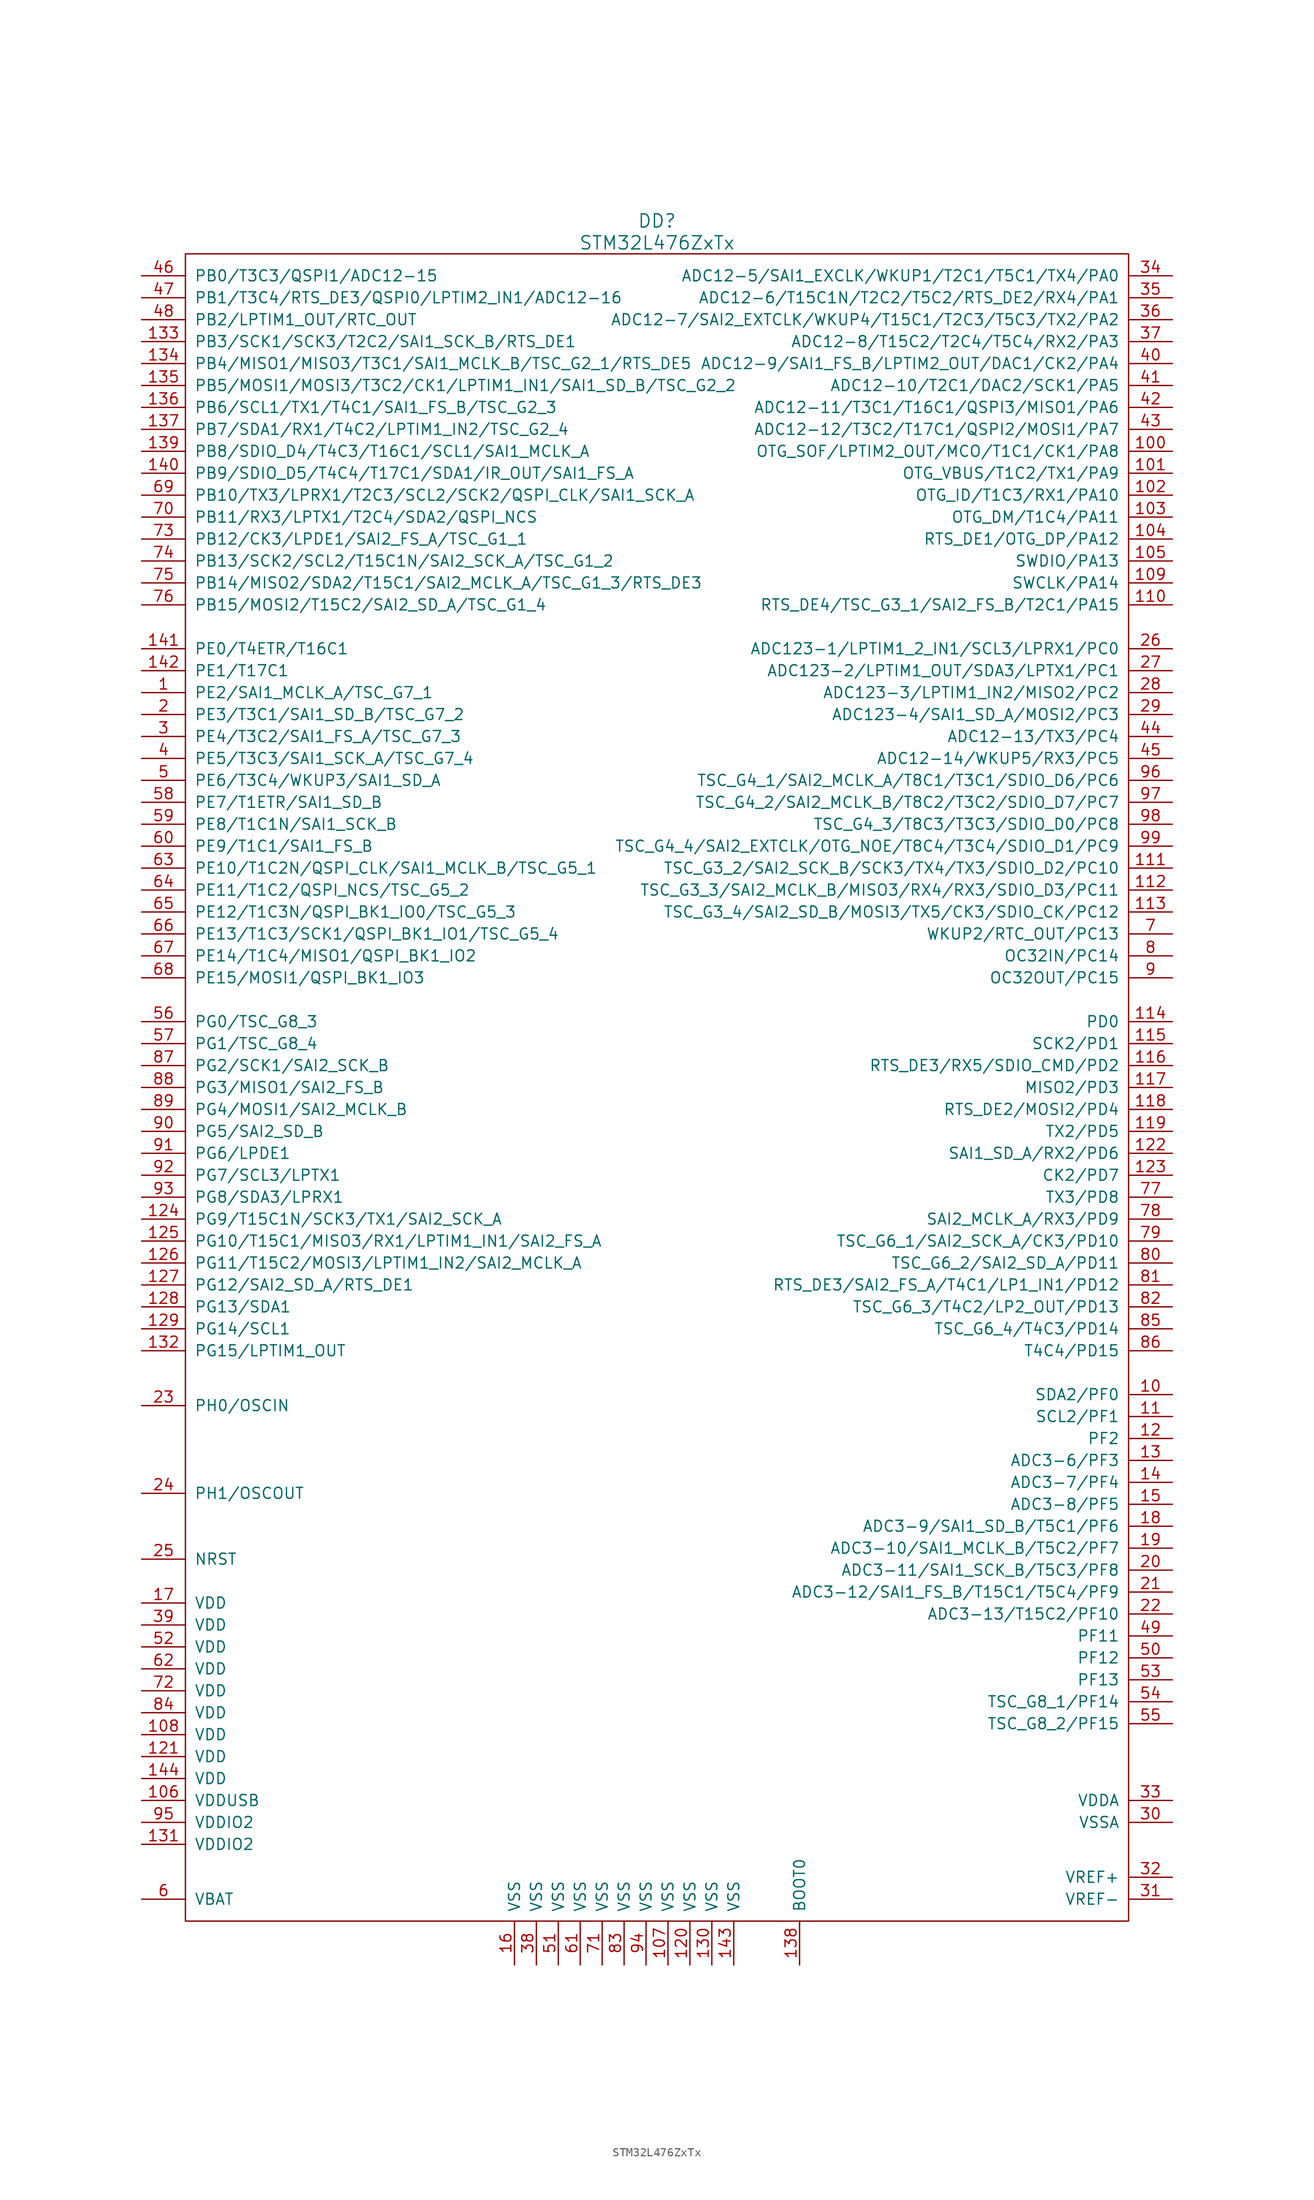
<source format=kicad_sym>
(kicad_symbol_lib
  (version 20220914)
  (generator kicad_symbol_editor)
  (symbol "STM32L476ZxTx"
    (pin_names
      (offset 1.016))
    (property "Reference" "DD"
      (at 0 100.33 0)
      (effects (font (size 1.524 1.524))))
    (property "Value" "STM32L476ZxTx"
      (at 0 97.79 0)
      (effects (font (size 1.524 1.524))))
    (property "Datasheet" ""
      (at -2.54 35.56 0)
      (effects (font (size 1.524 1.524))))
    (symbol "STM32L476ZxTx_0_1"
      (rectangle (start -54.61 96.52) (end 54.61 -96.52) (stroke (width 0) (type solid)) (fill (type none))))
    (symbol "STM32L476ZxTx_1_1"
      (pin passive line (at -59.69 45.72 0) (length 5.08) (name "PE2/SAI1_MCLK_A/TSC_G7_1" (effects (font (size 1.27 1.27)))) (number "1" (effects (font (size 1.27 1.27)))))
      (pin passive line (at 59.69 -35.56 180) (length 5.08) (name "SDA2/PF0" (effects (font (size 1.27 1.27)))) (number "10" (effects (font (size 1.27 1.27)))))
      (pin passive line (at 59.69 73.66 180) (length 5.08) (name "OTG_SOF/LPTIM2_OUT/MCO/T1C1/CK1/PA8" (effects (font (size 1.27 1.27)))) (number "100" (effects (font (size 1.27 1.27)))))
      (pin passive line (at 59.69 71.12 180) (length 5.08) (name "OTG_VBUS/T1C2/TX1/PA9" (effects (font (size 1.27 1.27)))) (number "101" (effects (font (size 1.27 1.27)))))
      (pin passive line (at 59.69 68.58 180) (length 5.08) (name "OTG_ID/T1C3/RX1/PA10" (effects (font (size 1.27 1.27)))) (number "102" (effects (font (size 1.27 1.27)))))
      (pin passive line (at 59.69 66.04 180) (length 5.08) (name "OTG_DM/T1C4/PA11" (effects (font (size 1.27 1.27)))) (number "103" (effects (font (size 1.27 1.27)))))
      (pin passive line (at 59.69 63.5 180) (length 5.08) (name "RTS_DE1/OTG_DP/PA12" (effects (font (size 1.27 1.27)))) (number "104" (effects (font (size 1.27 1.27)))))
      (pin passive line (at 59.69 60.96 180) (length 5.08) (name "SWDIO/PA13" (effects (font (size 1.27 1.27)))) (number "105" (effects (font (size 1.27 1.27)))))
      (pin power_in line (at -59.69 -82.55 0) (length 5.08) (name "VDDUSB" (effects (font (size 1.27 1.27)))) (number "106" (effects (font (size 1.27 1.27)))))
      (pin power_in line (at 1.27 -101.6 90) (length 5.08) (name "VSS" (effects (font (size 1.27 1.27)))) (number "107" (effects (font (size 1.27 1.27)))))
      (pin power_in line (at -59.69 -74.93 0) (length 5.08) (name "VDD" (effects (font (size 1.27 1.27)))) (number "108" (effects (font (size 1.27 1.27)))))
      (pin passive line (at 59.69 58.42 180) (length 5.08) (name "SWCLK/PA14" (effects (font (size 1.27 1.27)))) (number "109" (effects (font (size 1.27 1.27)))))
      (pin passive line (at 59.69 -38.1 180) (length 5.08) (name "SCL2/PF1" (effects (font (size 1.27 1.27)))) (number "11" (effects (font (size 1.27 1.27)))))
      (pin passive line (at 59.69 55.88 180) (length 5.08) (name "RTS_DE4/TSC_G3_1/SAI2_FS_B/T2C1/PA15" (effects (font (size 1.27 1.27)))) (number "110" (effects (font (size 1.27 1.27)))))
      (pin passive line (at 59.69 25.4 180) (length 5.08) (name "TSC_G3_2/SAI2_SCK_B/SCK3/TX4/TX3/SDIO_D2/PC10" (effects (font (size 1.27 1.27)))) (number "111" (effects (font (size 1.27 1.27)))))
      (pin passive line (at 59.69 22.86 180) (length 5.08) (name "TSC_G3_3/SAI2_MCLK_B/MISO3/RX4/RX3/SDIO_D3/PC11" (effects (font (size 1.27 1.27)))) (number "112" (effects (font (size 1.27 1.27)))))
      (pin passive line (at 59.69 20.32 180) (length 5.08) (name "TSC_G3_4/SAI2_SD_B/MOSI3/TX5/CK3/SDIO_CK/PC12" (effects (font (size 1.27 1.27)))) (number "113" (effects (font (size 1.27 1.27)))))
      (pin passive line (at 59.69 7.62 180) (length 5.08) (name "PD0" (effects (font (size 1.27 1.27)))) (number "114" (effects (font (size 1.27 1.27)))))
      (pin passive line (at 59.69 5.08 180) (length 5.08) (name "SCK2/PD1" (effects (font (size 1.27 1.27)))) (number "115" (effects (font (size 1.27 1.27)))))
      (pin passive line (at 59.69 2.54 180) (length 5.08) (name "RTS_DE3/RX5/SDIO_CMD/PD2" (effects (font (size 1.27 1.27)))) (number "116" (effects (font (size 1.27 1.27)))))
      (pin passive line (at 59.69 0 180) (length 5.08) (name "MISO2/PD3" (effects (font (size 1.27 1.27)))) (number "117" (effects (font (size 1.27 1.27)))))
      (pin passive line (at 59.69 -2.54 180) (length 5.08) (name "RTS_DE2/MOSI2/PD4" (effects (font (size 1.27 1.27)))) (number "118" (effects (font (size 1.27 1.27)))))
      (pin passive line (at 59.69 -5.08 180) (length 5.08) (name "TX2/PD5" (effects (font (size 1.27 1.27)))) (number "119" (effects (font (size 1.27 1.27)))))
      (pin passive line (at 59.69 -40.64 180) (length 5.08) (name "PF2" (effects (font (size 1.27 1.27)))) (number "12" (effects (font (size 1.27 1.27)))))
      (pin power_in line (at 3.81 -101.6 90) (length 5.08) (name "VSS" (effects (font (size 1.27 1.27)))) (number "120" (effects (font (size 1.27 1.27)))))
      (pin power_in line (at -59.69 -77.47 0) (length 5.08) (name "VDD" (effects (font (size 1.27 1.27)))) (number "121" (effects (font (size 1.27 1.27)))))
      (pin passive line (at 59.69 -7.62 180) (length 5.08) (name "SAI1_SD_A/RX2/PD6" (effects (font (size 1.27 1.27)))) (number "122" (effects (font (size 1.27 1.27)))))
      (pin passive line (at 59.69 -10.16 180) (length 5.08) (name "CK2/PD7" (effects (font (size 1.27 1.27)))) (number "123" (effects (font (size 1.27 1.27)))))
      (pin passive line (at -59.69 -15.24 0) (length 5.08) (name "PG9/T15C1N/SCK3/TX1/SAI2_SCK_A" (effects (font (size 1.27 1.27)))) (number "124" (effects (font (size 1.27 1.27)))))
      (pin passive line (at -59.69 -17.78 0) (length 5.08) (name "PG10/T15C1/MISO3/RX1/LPTIM1_IN1/SAI2_FS_A" (effects (font (size 1.27 1.27)))) (number "125" (effects (font (size 1.27 1.27)))))
      (pin passive line (at -59.69 -20.32 0) (length 5.08) (name "PG11/T15C2/MOSI3/LPTIM1_IN2/SAI2_MCLK_A" (effects (font (size 1.27 1.27)))) (number "126" (effects (font (size 1.27 1.27)))))
      (pin passive line (at -59.69 -22.86 0) (length 5.08) (name "PG12/SAI2_SD_A/RTS_DE1" (effects (font (size 1.27 1.27)))) (number "127" (effects (font (size 1.27 1.27)))))
      (pin passive line (at -59.69 -25.4 0) (length 5.08) (name "PG13/SDA1" (effects (font (size 1.27 1.27)))) (number "128" (effects (font (size 1.27 1.27)))))
      (pin passive line (at -59.69 -27.94 0) (length 5.08) (name "PG14/SCL1" (effects (font (size 1.27 1.27)))) (number "129" (effects (font (size 1.27 1.27)))))
      (pin passive line (at 59.69 -43.18 180) (length 5.08) (name "ADC3-6/PF3" (effects (font (size 1.27 1.27)))) (number "13" (effects (font (size 1.27 1.27)))))
      (pin power_in line (at 6.35 -101.6 90) (length 5.08) (name "VSS" (effects (font (size 1.27 1.27)))) (number "130" (effects (font (size 1.27 1.27)))))
      (pin power_in line (at -59.69 -87.63 0) (length 5.08) (name "VDDIO2" (effects (font (size 1.27 1.27)))) (number "131" (effects (font (size 1.27 1.27)))))
      (pin passive line (at -59.69 -30.48 0) (length 5.08) (name "PG15/LPTIM1_OUT" (effects (font (size 1.27 1.27)))) (number "132" (effects (font (size 1.27 1.27)))))
      (pin passive line (at -59.69 86.36 0) (length 5.08) (name "PB3/SCK1/SCK3/T2C2/SAI1_SCK_B/RTS_DE1" (effects (font (size 1.27 1.27)))) (number "133" (effects (font (size 1.27 1.27)))))
      (pin passive line (at -59.69 83.82 0) (length 5.08) (name "PB4/MISO1/MISO3/T3C1/SAI1_MCLK_B/TSC_G2_1/RTS_DE5" (effects (font (size 1.27 1.27)))) (number "134" (effects (font (size 1.27 1.27)))))
      (pin passive line (at -59.69 81.28 0) (length 5.08) (name "PB5/MOSI1/MOSI3/T3C2/CK1/LPTIM1_IN1/SAI1_SD_B/TSC_G2_2" (effects (font (size 1.27 1.27)))) (number "135" (effects (font (size 1.27 1.27)))))
      (pin passive line (at -59.69 78.74 0) (length 5.08) (name "PB6/SCL1/TX1/T4C1/SAI1_FS_B/TSC_G2_3" (effects (font (size 1.27 1.27)))) (number "136" (effects (font (size 1.27 1.27)))))
      (pin passive line (at -59.69 76.2 0) (length 5.08) (name "PB7/SDA1/RX1/T4C2/LPTIM1_IN2/TSC_G2_4" (effects (font (size 1.27 1.27)))) (number "137" (effects (font (size 1.27 1.27)))))
      (pin passive line (at 16.51 -101.6 90) (length 5.08) (name "BOOT0" (effects (font (size 1.27 1.27)))) (number "138" (effects (font (size 1.27 1.27)))))
      (pin passive line (at -59.69 73.66 0) (length 5.08) (name "PB8/SDIO_D4/T4C3/T16C1/SCL1/SAI1_MCLK_A" (effects (font (size 1.27 1.27)))) (number "139" (effects (font (size 1.27 1.27)))))
      (pin passive line (at 59.69 -45.72 180) (length 5.08) (name "ADC3-7/PF4" (effects (font (size 1.27 1.27)))) (number "14" (effects (font (size 1.27 1.27)))))
      (pin passive line (at -59.69 71.12 0) (length 5.08) (name "PB9/SDIO_D5/T4C4/T17C1/SDA1/IR_OUT/SAI1_FS_A" (effects (font (size 1.27 1.27)))) (number "140" (effects (font (size 1.27 1.27)))))
      (pin passive line (at -59.69 50.8 0) (length 5.08) (name "PE0/T4ETR/T16C1" (effects (font (size 1.27 1.27)))) (number "141" (effects (font (size 1.27 1.27)))))
      (pin passive line (at -59.69 48.26 0) (length 5.08) (name "PE1/T17C1" (effects (font (size 1.27 1.27)))) (number "142" (effects (font (size 1.27 1.27)))))
      (pin power_in line (at 8.89 -101.6 90) (length 5.08) (name "VSS" (effects (font (size 1.27 1.27)))) (number "143" (effects (font (size 1.27 1.27)))))
      (pin power_in line (at -59.69 -80.01 0) (length 5.08) (name "VDD" (effects (font (size 1.27 1.27)))) (number "144" (effects (font (size 1.27 1.27)))))
      (pin passive line (at 59.69 -48.26 180) (length 5.08) (name "ADC3-8/PF5" (effects (font (size 1.27 1.27)))) (number "15" (effects (font (size 1.27 1.27)))))
      (pin power_in line (at -16.51 -101.6 90) (length 5.08) (name "VSS" (effects (font (size 1.27 1.27)))) (number "16" (effects (font (size 1.27 1.27)))))
      (pin power_in line (at -59.69 -59.69 0) (length 5.08) (name "VDD" (effects (font (size 1.27 1.27)))) (number "17" (effects (font (size 1.27 1.27)))))
      (pin passive line (at 59.69 -50.8 180) (length 5.08) (name "ADC3-9/SAI1_SD_B/T5C1/PF6" (effects (font (size 1.27 1.27)))) (number "18" (effects (font (size 1.27 1.27)))))
      (pin passive line (at 59.69 -53.34 180) (length 5.08) (name "ADC3-10/SAI1_MCLK_B/T5C2/PF7" (effects (font (size 1.27 1.27)))) (number "19" (effects (font (size 1.27 1.27)))))
      (pin passive line (at -59.69 43.18 0) (length 5.08) (name "PE3/T3C1/SAI1_SD_B/TSC_G7_2" (effects (font (size 1.27 1.27)))) (number "2" (effects (font (size 1.27 1.27)))))
      (pin passive line (at 59.69 -55.88 180) (length 5.08) (name "ADC3-11/SAI1_SCK_B/T5C3/PF8" (effects (font (size 1.27 1.27)))) (number "20" (effects (font (size 1.27 1.27)))))
      (pin passive line (at 59.69 -58.42 180) (length 5.08) (name "ADC3-12/SAI1_FS_B/T15C1/T5C4/PF9" (effects (font (size 1.27 1.27)))) (number "21" (effects (font (size 1.27 1.27)))))
      (pin passive line (at 59.69 -60.96 180) (length 5.08) (name "ADC3-13/T15C2/PF10" (effects (font (size 1.27 1.27)))) (number "22" (effects (font (size 1.27 1.27)))))
      (pin passive line (at -59.69 -36.83 0) (length 5.08) (name "PH0/OSCIN" (effects (font (size 1.27 1.27)))) (number "23" (effects (font (size 1.27 1.27)))))
      (pin passive line (at -59.69 -46.99 0) (length 5.08) (name "PH1/OSCOUT" (effects (font (size 1.27 1.27)))) (number "24" (effects (font (size 1.27 1.27)))))
      (pin passive line (at -59.69 -54.61 0) (length 5.08) (name "NRST" (effects (font (size 1.27 1.27)))) (number "25" (effects (font (size 1.27 1.27)))))
      (pin passive line (at 59.69 50.8 180) (length 5.08) (name "ADC123-1/LPTIM1_2_IN1/SCL3/LPRX1/PC0" (effects (font (size 1.27 1.27)))) (number "26" (effects (font (size 1.27 1.27)))))
      (pin passive line (at 59.69 48.26 180) (length 5.08) (name "ADC123-2/LPTIM1_OUT/SDA3/LPTX1/PC1" (effects (font (size 1.27 1.27)))) (number "27" (effects (font (size 1.27 1.27)))))
      (pin passive line (at 59.69 45.72 180) (length 5.08) (name "ADC123-3/LPTIM1_IN2/MISO2/PC2" (effects (font (size 1.27 1.27)))) (number "28" (effects (font (size 1.27 1.27)))))
      (pin passive line (at 59.69 43.18 180) (length 5.08) (name "ADC123-4/SAI1_SD_A/MOSI2/PC3" (effects (font (size 1.27 1.27)))) (number "29" (effects (font (size 1.27 1.27)))))
      (pin passive line (at -59.69 40.64 0) (length 5.08) (name "PE4/T3C2/SAI1_FS_A/TSC_G7_3" (effects (font (size 1.27 1.27)))) (number "3" (effects (font (size 1.27 1.27)))))
      (pin power_in line (at 59.69 -85.09 180) (length 5.08) (name "VSSA" (effects (font (size 1.27 1.27)))) (number "30" (effects (font (size 1.27 1.27)))))
      (pin passive line (at 59.69 -93.98 180) (length 5.08) (name "VREF-" (effects (font (size 1.27 1.27)))) (number "31" (effects (font (size 1.27 1.27)))))
      (pin passive line (at 59.69 -91.44 180) (length 5.08) (name "VREF+" (effects (font (size 1.27 1.27)))) (number "32" (effects (font (size 1.27 1.27)))))
      (pin power_in line (at 59.69 -82.55 180) (length 5.08) (name "VDDA" (effects (font (size 1.27 1.27)))) (number "33" (effects (font (size 1.27 1.27)))))
      (pin passive line (at 59.69 93.98 180) (length 5.08) (name "ADC12-5/SAI1_EXCLK/WKUP1/T2C1/T5C1/TX4/PA0" (effects (font (size 1.27 1.27)))) (number "34" (effects (font (size 1.27 1.27)))))
      (pin passive line (at 59.69 91.44 180) (length 5.08) (name "ADC12-6/T15C1N/T2C2/T5C2/RTS_DE2/RX4/PA1" (effects (font (size 1.27 1.27)))) (number "35" (effects (font (size 1.27 1.27)))))
      (pin passive line (at 59.69 88.9 180) (length 5.08) (name "ADC12-7/SAI2_EXTCLK/WKUP4/T15C1/T2C3/T5C3/TX2/PA2" (effects (font (size 1.27 1.27)))) (number "36" (effects (font (size 1.27 1.27)))))
      (pin passive line (at 59.69 86.36 180) (length 5.08) (name "ADC12-8/T15C2/T2C4/T5C4/RX2/PA3" (effects (font (size 1.27 1.27)))) (number "37" (effects (font (size 1.27 1.27)))))
      (pin power_in line (at -13.97 -101.6 90) (length 5.08) (name "VSS" (effects (font (size 1.27 1.27)))) (number "38" (effects (font (size 1.27 1.27)))))
      (pin power_in line (at -59.69 -62.23 0) (length 5.08) (name "VDD" (effects (font (size 1.27 1.27)))) (number "39" (effects (font (size 1.27 1.27)))))
      (pin passive line (at -59.69 38.1 0) (length 5.08) (name "PE5/T3C3/SAI1_SCK_A/TSC_G7_4" (effects (font (size 1.27 1.27)))) (number "4" (effects (font (size 1.27 1.27)))))
      (pin passive line (at 59.69 83.82 180) (length 5.08) (name "ADC12-9/SAI1_FS_B/LPTIM2_OUT/DAC1/CK2/PA4" (effects (font (size 1.27 1.27)))) (number "40" (effects (font (size 1.27 1.27)))))
      (pin passive line (at 59.69 81.28 180) (length 5.08) (name "ADC12-10/T2C1/DAC2/SCK1/PA5" (effects (font (size 1.27 1.27)))) (number "41" (effects (font (size 1.27 1.27)))))
      (pin passive line (at 59.69 78.74 180) (length 5.08) (name "ADC12-11/T3C1/T16C1/QSPI3/MISO1/PA6" (effects (font (size 1.27 1.27)))) (number "42" (effects (font (size 1.27 1.27)))))
      (pin passive line (at 59.69 76.2 180) (length 5.08) (name "ADC12-12/T3C2/T17C1/QSPI2/MOSI1/PA7" (effects (font (size 1.27 1.27)))) (number "43" (effects (font (size 1.27 1.27)))))
      (pin passive line (at 59.69 40.64 180) (length 5.08) (name "ADC12-13/TX3/PC4" (effects (font (size 1.27 1.27)))) (number "44" (effects (font (size 1.27 1.27)))))
      (pin passive line (at 59.69 38.1 180) (length 5.08) (name "ADC12-14/WKUP5/RX3/PC5" (effects (font (size 1.27 1.27)))) (number "45" (effects (font (size 1.27 1.27)))))
      (pin passive line (at -59.69 93.98 0) (length 5.08) (name "PB0/T3C3/QSPI1/ADC12-15" (effects (font (size 1.27 1.27)))) (number "46" (effects (font (size 1.27 1.27)))))
      (pin passive line (at -59.69 91.44 0) (length 5.08) (name "PB1/T3C4/RTS_DE3/QSPI0/LPTIM2_IN1/ADC12-16" (effects (font (size 1.27 1.27)))) (number "47" (effects (font (size 1.27 1.27)))))
      (pin passive line (at -59.69 88.9 0) (length 5.08) (name "PB2/LPTIM1_OUT/RTC_OUT" (effects (font (size 1.27 1.27)))) (number "48" (effects (font (size 1.27 1.27)))))
      (pin passive line (at 59.69 -63.5 180) (length 5.08) (name "PF11" (effects (font (size 1.27 1.27)))) (number "49" (effects (font (size 1.27 1.27)))))
      (pin passive line (at -59.69 35.56 0) (length 5.08) (name "PE6/T3C4/WKUP3/SAI1_SD_A" (effects (font (size 1.27 1.27)))) (number "5" (effects (font (size 1.27 1.27)))))
      (pin passive line (at 59.69 -66.04 180) (length 5.08) (name "PF12" (effects (font (size 1.27 1.27)))) (number "50" (effects (font (size 1.27 1.27)))))
      (pin power_in line (at -11.43 -101.6 90) (length 5.08) (name "VSS" (effects (font (size 1.27 1.27)))) (number "51" (effects (font (size 1.27 1.27)))))
      (pin power_in line (at -59.69 -64.77 0) (length 5.08) (name "VDD" (effects (font (size 1.27 1.27)))) (number "52" (effects (font (size 1.27 1.27)))))
      (pin passive line (at 59.69 -68.58 180) (length 5.08) (name "PF13" (effects (font (size 1.27 1.27)))) (number "53" (effects (font (size 1.27 1.27)))))
      (pin passive line (at 59.69 -71.12 180) (length 5.08) (name "TSC_G8_1/PF14" (effects (font (size 1.27 1.27)))) (number "54" (effects (font (size 1.27 1.27)))))
      (pin passive line (at 59.69 -73.66 180) (length 5.08) (name "TSC_G8_2/PF15" (effects (font (size 1.27 1.27)))) (number "55" (effects (font (size 1.27 1.27)))))
      (pin passive line (at -59.69 7.62 0) (length 5.08) (name "PG0/TSC_G8_3" (effects (font (size 1.27 1.27)))) (number "56" (effects (font (size 1.27 1.27)))))
      (pin passive line (at -59.69 5.08 0) (length 5.08) (name "PG1/TSC_G8_4" (effects (font (size 1.27 1.27)))) (number "57" (effects (font (size 1.27 1.27)))))
      (pin passive line (at -59.69 33.02 0) (length 5.08) (name "PE7/T1ETR/SAI1_SD_B" (effects (font (size 1.27 1.27)))) (number "58" (effects (font (size 1.27 1.27)))))
      (pin passive line (at -59.69 30.48 0) (length 5.08) (name "PE8/T1C1N/SAI1_SCK_B" (effects (font (size 1.27 1.27)))) (number "59" (effects (font (size 1.27 1.27)))))
      (pin power_in line (at -59.69 -93.98 0) (length 5.08) (name "VBAT" (effects (font (size 1.27 1.27)))) (number "6" (effects (font (size 1.27 1.27)))))
      (pin passive line (at -59.69 27.94 0) (length 5.08) (name "PE9/T1C1/SAI1_FS_B" (effects (font (size 1.27 1.27)))) (number "60" (effects (font (size 1.27 1.27)))))
      (pin power_in line (at -8.89 -101.6 90) (length 5.08) (name "VSS" (effects (font (size 1.27 1.27)))) (number "61" (effects (font (size 1.27 1.27)))))
      (pin power_in line (at -59.69 -67.31 0) (length 5.08) (name "VDD" (effects (font (size 1.27 1.27)))) (number "62" (effects (font (size 1.27 1.27)))))
      (pin passive line (at -59.69 25.4 0) (length 5.08) (name "PE10/T1C2N/QSPI_CLK/SAI1_MCLK_B/TSC_G5_1" (effects (font (size 1.27 1.27)))) (number "63" (effects (font (size 1.27 1.27)))))
      (pin passive line (at -59.69 22.86 0) (length 5.08) (name "PE11/T1C2/QSPI_NCS/TSC_G5_2" (effects (font (size 1.27 1.27)))) (number "64" (effects (font (size 1.27 1.27)))))
      (pin passive line (at -59.69 20.32 0) (length 5.08) (name "PE12/T1C3N/QSPI_BK1_IO0/TSC_G5_3" (effects (font (size 1.27 1.27)))) (number "65" (effects (font (size 1.27 1.27)))))
      (pin passive line (at -59.69 17.78 0) (length 5.08) (name "PE13/T1C3/SCK1/QSPI_BK1_IO1/TSC_G5_4" (effects (font (size 1.27 1.27)))) (number "66" (effects (font (size 1.27 1.27)))))
      (pin passive line (at -59.69 15.24 0) (length 5.08) (name "PE14/T1C4/MISO1/QSPI_BK1_IO2" (effects (font (size 1.27 1.27)))) (number "67" (effects (font (size 1.27 1.27)))))
      (pin passive line (at -59.69 12.7 0) (length 5.08) (name "PE15/MOSI1/QSPI_BK1_IO3" (effects (font (size 1.27 1.27)))) (number "68" (effects (font (size 1.27 1.27)))))
      (pin passive line (at -59.69 68.58 0) (length 5.08) (name "PB10/TX3/LPRX1/T2C3/SCL2/SCK2/QSPI_CLK/SAI1_SCK_A" (effects (font (size 1.27 1.27)))) (number "69" (effects (font (size 1.27 1.27)))))
      (pin passive line (at 59.69 17.78 180) (length 5.08) (name "WKUP2/RTC_OUT/PC13" (effects (font (size 1.27 1.27)))) (number "7" (effects (font (size 1.27 1.27)))))
      (pin passive line (at -59.69 66.04 0) (length 5.08) (name "PB11/RX3/LPTX1/T2C4/SDA2/QSPI_NCS" (effects (font (size 1.27 1.27)))) (number "70" (effects (font (size 1.27 1.27)))))
      (pin power_in line (at -6.35 -101.6 90) (length 5.08) (name "VSS" (effects (font (size 1.27 1.27)))) (number "71" (effects (font (size 1.27 1.27)))))
      (pin power_in line (at -59.69 -69.85 0) (length 5.08) (name "VDD" (effects (font (size 1.27 1.27)))) (number "72" (effects (font (size 1.27 1.27)))))
      (pin passive line (at -59.69 63.5 0) (length 5.08) (name "PB12/CK3/LPDE1/SAI2_FS_A/TSC_G1_1" (effects (font (size 1.27 1.27)))) (number "73" (effects (font (size 1.27 1.27)))))
      (pin passive line (at -59.69 60.96 0) (length 5.08) (name "PB13/SCK2/SCL2/T15C1N/SAI2_SCK_A/TSC_G1_2" (effects (font (size 1.27 1.27)))) (number "74" (effects (font (size 1.27 1.27)))))
      (pin passive line (at -59.69 58.42 0) (length 5.08) (name "PB14/MISO2/SDA2/T15C1/SAI2_MCLK_A/TSC_G1_3/RTS_DE3" (effects (font (size 1.27 1.27)))) (number "75" (effects (font (size 1.27 1.27)))))
      (pin passive line (at -59.69 55.88 0) (length 5.08) (name "PB15/MOSI2/T15C2/SAI2_SD_A/TSC_G1_4" (effects (font (size 1.27 1.27)))) (number "76" (effects (font (size 1.27 1.27)))))
      (pin passive line (at 59.69 -12.7 180) (length 5.08) (name "TX3/PD8" (effects (font (size 1.27 1.27)))) (number "77" (effects (font (size 1.27 1.27)))))
      (pin passive line (at 59.69 -15.24 180) (length 5.08) (name "SAI2_MCLK_A/RX3/PD9" (effects (font (size 1.27 1.27)))) (number "78" (effects (font (size 1.27 1.27)))))
      (pin passive line (at 59.69 -17.78 180) (length 5.08) (name "TSC_G6_1/SAI2_SCK_A/CK3/PD10" (effects (font (size 1.27 1.27)))) (number "79" (effects (font (size 1.27 1.27)))))
      (pin passive line (at 59.69 15.24 180) (length 5.08) (name "OC32IN/PC14" (effects (font (size 1.27 1.27)))) (number "8" (effects (font (size 1.27 1.27)))))
      (pin passive line (at 59.69 -20.32 180) (length 5.08) (name "TSC_G6_2/SAI2_SD_A/PD11" (effects (font (size 1.27 1.27)))) (number "80" (effects (font (size 1.27 1.27)))))
      (pin passive line (at 59.69 -22.86 180) (length 5.08) (name "RTS_DE3/SAI2_FS_A/T4C1/LP1_IN1/PD12" (effects (font (size 1.27 1.27)))) (number "81" (effects (font (size 1.27 1.27)))))
      (pin passive line (at 59.69 -25.4 180) (length 5.08) (name "TSC_G6_3/T4C2/LP2_OUT/PD13" (effects (font (size 1.27 1.27)))) (number "82" (effects (font (size 1.27 1.27)))))
      (pin power_in line (at -3.81 -101.6 90) (length 5.08) (name "VSS" (effects (font (size 1.27 1.27)))) (number "83" (effects (font (size 1.27 1.27)))))
      (pin power_in line (at -59.69 -72.39 0) (length 5.08) (name "VDD" (effects (font (size 1.27 1.27)))) (number "84" (effects (font (size 1.27 1.27)))))
      (pin passive line (at 59.69 -27.94 180) (length 5.08) (name "TSC_G6_4/T4C3/PD14" (effects (font (size 1.27 1.27)))) (number "85" (effects (font (size 1.27 1.27)))))
      (pin passive line (at 59.69 -30.48 180) (length 5.08) (name "T4C4/PD15" (effects (font (size 1.27 1.27)))) (number "86" (effects (font (size 1.27 1.27)))))
      (pin passive line (at -59.69 2.54 0) (length 5.08) (name "PG2/SCK1/SAI2_SCK_B" (effects (font (size 1.27 1.27)))) (number "87" (effects (font (size 1.27 1.27)))))
      (pin passive line (at -59.69 0 0) (length 5.08) (name "PG3/MISO1/SAI2_FS_B" (effects (font (size 1.27 1.27)))) (number "88" (effects (font (size 1.27 1.27)))))
      (pin passive line (at -59.69 -2.54 0) (length 5.08) (name "PG4/MOSI1/SAI2_MCLK_B" (effects (font (size 1.27 1.27)))) (number "89" (effects (font (size 1.27 1.27)))))
      (pin passive line (at 59.69 12.7 180) (length 5.08) (name "OC32OUT/PC15" (effects (font (size 1.27 1.27)))) (number "9" (effects (font (size 1.27 1.27)))))
      (pin passive line (at -59.69 -5.08 0) (length 5.08) (name "PG5/SAI2_SD_B" (effects (font (size 1.27 1.27)))) (number "90" (effects (font (size 1.27 1.27)))))
      (pin passive line (at -59.69 -7.62 0) (length 5.08) (name "PG6/LPDE1" (effects (font (size 1.27 1.27)))) (number "91" (effects (font (size 1.27 1.27)))))
      (pin passive line (at -59.69 -10.16 0) (length 5.08) (name "PG7/SCL3/LPTX1" (effects (font (size 1.27 1.27)))) (number "92" (effects (font (size 1.27 1.27)))))
      (pin passive line (at -59.69 -12.7 0) (length 5.08) (name "PG8/SDA3/LPRX1" (effects (font (size 1.27 1.27)))) (number "93" (effects (font (size 1.27 1.27)))))
      (pin power_in line (at -1.27 -101.6 90) (length 5.08) (name "VSS" (effects (font (size 1.27 1.27)))) (number "94" (effects (font (size 1.27 1.27)))))
      (pin power_in line (at -59.69 -85.09 0) (length 5.08) (name "VDDIO2" (effects (font (size 1.27 1.27)))) (number "95" (effects (font (size 1.27 1.27)))))
      (pin passive line (at 59.69 35.56 180) (length 5.08) (name "TSC_G4_1/SAI2_MCLK_A/T8C1/T3C1/SDIO_D6/PC6" (effects (font (size 1.27 1.27)))) (number "96" (effects (font (size 1.27 1.27)))))
      (pin passive line (at 59.69 33.02 180) (length 5.08) (name "TSC_G4_2/SAI2_MCLK_B/T8C2/T3C2/SDIO_D7/PC7" (effects (font (size 1.27 1.27)))) (number "97" (effects (font (size 1.27 1.27)))))
      (pin passive line (at 59.69 30.48 180) (length 5.08) (name "TSC_G4_3/T8C3/T3C3/SDIO_D0/PC8" (effects (font (size 1.27 1.27)))) (number "98" (effects (font (size 1.27 1.27)))))
      (pin passive line (at 59.69 27.94 180) (length 5.08) (name "TSC_G4_4/SAI2_EXTCLK/OTG_NOE/T8C4/T3C4/SDIO_D1/PC9" (effects (font (size 1.27 1.27)))) (number "99" (effects (font (size 1.27 1.27))))))))
</source>
